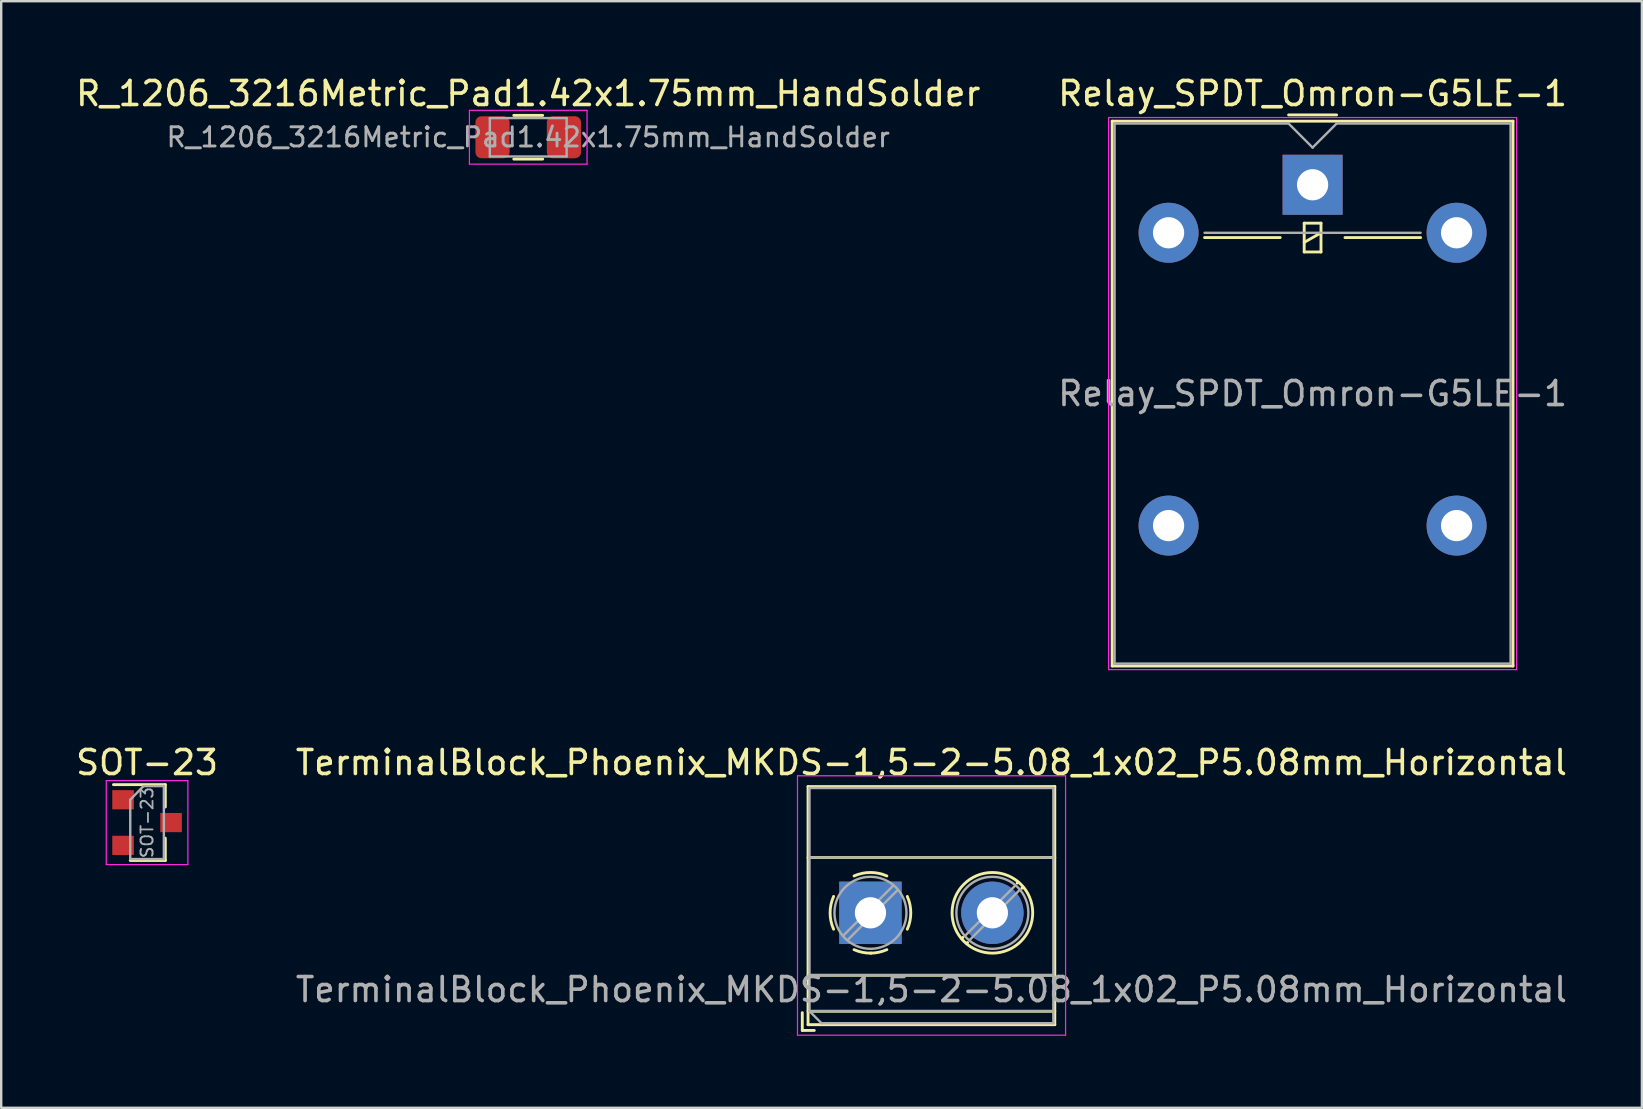
<source format=kicad_pcb>
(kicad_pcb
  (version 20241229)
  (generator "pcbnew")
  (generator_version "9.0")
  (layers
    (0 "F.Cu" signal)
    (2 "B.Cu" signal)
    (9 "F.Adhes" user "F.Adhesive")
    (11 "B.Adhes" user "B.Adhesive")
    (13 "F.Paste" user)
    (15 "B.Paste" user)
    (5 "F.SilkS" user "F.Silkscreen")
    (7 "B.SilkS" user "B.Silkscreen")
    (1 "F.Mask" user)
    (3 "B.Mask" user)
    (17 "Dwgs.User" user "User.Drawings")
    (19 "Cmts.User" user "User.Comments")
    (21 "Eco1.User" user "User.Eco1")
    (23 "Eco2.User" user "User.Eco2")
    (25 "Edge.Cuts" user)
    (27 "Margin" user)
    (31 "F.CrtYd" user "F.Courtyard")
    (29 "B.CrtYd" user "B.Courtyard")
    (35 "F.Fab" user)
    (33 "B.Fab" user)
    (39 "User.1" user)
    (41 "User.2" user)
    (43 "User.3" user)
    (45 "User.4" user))
  (footprint "R_1206_3216Metric_Pad1.42x1.75mm_HandSolder"
    (layer "F.Cu")
    (at 18.958 2.668)
    (property "Reference" "R_1206_3216Metric_Pad1.42x1.75mm_HandSolder" (at 0 -1.82 0) (layer "F.SilkS") (effects (font (size 1 1) (thickness 0.15))))
    (attr smd)
    (fp_line (start -0.602 -0.91) (end 0.602 -0.91) (stroke (width 0.12) (type solid)) (layer "F.SilkS"))
    (fp_line (start -0.602 0.91) (end 0.602 0.91) (stroke (width 0.12) (type solid)) (layer "F.SilkS"))
    (fp_line (start -2.45 -1.12) (end 2.45 -1.12) (stroke (width 0.05) (type solid)) (layer "F.CrtYd"))
    (fp_line (start -2.45 1.12) (end -2.45 -1.12) (stroke (width 0.05) (type solid)) (layer "F.CrtYd"))
    (fp_line (start 2.45 -1.12) (end 2.45 1.12) (stroke (width 0.05) (type solid)) (layer "F.CrtYd"))
    (fp_line (start 2.45 1.12) (end -2.45 1.12) (stroke (width 0.05) (type solid)) (layer "F.CrtYd"))
    (fp_line (start -1.6 -0.8) (end 1.6 -0.8) (stroke (width 0.1) (type solid)) (layer "F.Fab"))
    (fp_line (start -1.6 0.8) (end -1.6 -0.8) (stroke (width 0.1) (type solid)) (layer "F.Fab"))
    (fp_line (start 1.6 -0.8) (end 1.6 0.8) (stroke (width 0.1) (type solid)) (layer "F.Fab"))
    (fp_line (start 1.6 0.8) (end -1.6 0.8) (stroke (width 0.1) (type solid)) (layer "F.Fab"))
    (fp_text user "${REFERENCE}" (at 0 0 0) (layer "F.Fab") (effects (font (size 0.8 0.8) (thickness 0.12))))
    (pad "1" smd roundrect (at -1.488 0) (size 1.425 1.75) (layers "F.Cu" "F.Mask" "F.Paste") (roundrect_rratio 0.175))
    (pad "2" smd roundrect (at 1.488 0) (size 1.425 1.75) (layers "F.Cu" "F.Mask" "F.Paste") (roundrect_rratio 0.175)))
  (footprint "TerminalBlock_Phoenix_MKDS-1,5-2-5.08_1x02_P5.08mm_Horizontal"
    (layer "F.Cu")
    (at 33.216 34.981)
    (property "Reference" "TerminalBlock_Phoenix_MKDS-1,5-2-5.08_1x02_P5.08mm_Horizontal" (at 2.54 -6.26 0) (layer "F.SilkS") (effects (font (size 1 1) (thickness 0.15))))
    (attr through_hole)
    (fp_line (start -2.84 4.16) (end -2.84 4.9) (stroke (width 0.12) (type solid)) (layer "F.SilkS"))
    (fp_line (start -2.84 4.9) (end -2.34 4.9) (stroke (width 0.12) (type solid)) (layer "F.SilkS"))
    (fp_line (start -2.6 -5.261) (end -2.6 4.66) (stroke (width 0.12) (type solid)) (layer "F.SilkS"))
    (fp_line (start -2.6 -5.261) (end 7.68 -5.261) (stroke (width 0.12) (type solid)) (layer "F.SilkS"))
    (fp_line (start -2.6 -2.301) (end 7.68 -2.301) (stroke (width 0.12) (type solid)) (layer "F.SilkS"))
    (fp_line (start -2.6 2.6) (end 7.68 2.6) (stroke (width 0.12) (type solid)) (layer "F.SilkS"))
    (fp_line (start -2.6 4.1) (end 7.68 4.1) (stroke (width 0.12) (type solid)) (layer "F.SilkS"))
    (fp_line (start -2.6 4.66) (end 7.68 4.66) (stroke (width 0.12) (type solid)) (layer "F.SilkS"))
    (fp_line (start 3.853 1.023) (end 3.806 1.069) (stroke (width 0.12) (type solid)) (layer "F.SilkS"))
    (fp_line (start 4.046 1.239) (end 4.011 1.274) (stroke (width 0.12) (type solid)) (layer "F.SilkS"))
    (fp_line (start 6.15 -1.275) (end 6.115 -1.239) (stroke (width 0.12) (type solid)) (layer "F.SilkS"))
    (fp_line (start 6.355 -1.069) (end 6.308 -1.023) (stroke (width 0.12) (type solid)) (layer "F.SilkS"))
    (fp_line (start 7.68 -5.261) (end 7.68 4.66) (stroke (width 0.12) (type solid)) (layer "F.SilkS"))
    (fp_arc (start -1.535427 0.683042) (mid -1.680501 -0.000524) (end -1.535 -0.684) (stroke (width 0.12) (type solid)) (layer "F.SilkS"))
    (fp_arc (start -0.683042 -1.535427) (mid 0.000524 -1.680501) (end 0.684 -1.535) (stroke (width 0.12) (type solid)) (layer "F.SilkS"))
    (fp_arc (start 0.028805 1.680253) (mid -0.335551 1.646659) (end -0.684 1.535) (stroke (width 0.12) (type solid)) (layer "F.SilkS"))
    (fp_arc (start 0.683318 1.534756) (mid 0.349292 1.643288) (end 0 1.68) (stroke (width 0.12) (type solid)) (layer "F.SilkS"))
    (fp_arc (start 1.535427 -0.683042) (mid 1.680501 0.000524) (end 1.535 0.684) (stroke (width 0.12) (type solid)) (layer "F.SilkS"))
    (fp_circle (center 5.08 0) (end 6.76 0) (stroke (width 0.12) (type solid)) (fill no) (layer "F.SilkS"))
    (fp_line (start -3.04 -5.71) (end -3.04 5.1) (stroke (width 0.05) (type solid)) (layer "F.CrtYd"))
    (fp_line (start -3.04 5.1) (end 8.13 5.1) (stroke (width 0.05) (type solid)) (layer "F.CrtYd"))
    (fp_line (start 8.13 -5.71) (end -3.04 -5.71) (stroke (width 0.05) (type solid)) (layer "F.CrtYd"))
    (fp_line (start 8.13 5.1) (end 8.13 -5.71) (stroke (width 0.05) (type solid)) (layer "F.CrtYd"))
    (fp_line (start -2.54 -5.2) (end 7.62 -5.2) (stroke (width 0.1) (type solid)) (layer "F.Fab"))
    (fp_line (start -2.54 -2.3) (end 7.62 -2.3) (stroke (width 0.1) (type solid)) (layer "F.Fab"))
    (fp_line (start -2.54 2.6) (end 7.62 2.6) (stroke (width 0.1) (type solid)) (layer "F.Fab"))
    (fp_line (start -2.54 4.1) (end -2.54 -5.2) (stroke (width 0.1) (type solid)) (layer "F.Fab"))
    (fp_line (start -2.54 4.1) (end 7.62 4.1) (stroke (width 0.1) (type solid)) (layer "F.Fab"))
    (fp_line (start -2.04 4.6) (end -2.54 4.1) (stroke (width 0.1) (type solid)) (layer "F.Fab"))
    (fp_line (start 0.955 -1.138) (end -1.138 0.955) (stroke (width 0.1) (type solid)) (layer "F.Fab"))
    (fp_line (start 1.138 -0.955) (end -0.955 1.138) (stroke (width 0.1) (type solid)) (layer "F.Fab"))
    (fp_line (start 6.035 -1.138) (end 3.943 0.955) (stroke (width 0.1) (type solid)) (layer "F.Fab"))
    (fp_line (start 6.218 -0.955) (end 4.126 1.138) (stroke (width 0.1) (type solid)) (layer "F.Fab"))
    (fp_line (start 7.62 -5.2) (end 7.62 4.6) (stroke (width 0.1) (type solid)) (layer "F.Fab"))
    (fp_line (start 7.62 4.6) (end -2.04 4.6) (stroke (width 0.1) (type solid)) (layer "F.Fab"))
    (fp_circle (center 0 0) (end 1.5 0) (stroke (width 0.1) (type solid)) (fill no) (layer "F.Fab"))
    (fp_circle (center 5.08 0) (end 6.58 0) (stroke (width 0.1) (type solid)) (fill no) (layer "F.Fab"))
    (fp_text user "${REFERENCE}" (at 2.54 3.2 0) (layer "F.Fab") (effects (font (size 1 1) (thickness 0.15))))
    (pad "1" thru_hole rect (at 0 0) (size 2.6 2.6) (drill 1.3) (layers "*.Cu" "*.Mask"))
    (pad "2" thru_hole circle (at 5.08 0) (size 2.6 2.6) (drill 1.3) (layers "*.Cu" "*.Mask")))
  (footprint "Relay_SPDT_Omron-G5LE-1"
    (layer "F.Cu")
    (at 51.637 4.648)
    (property "Reference" "Relay_SPDT_Omron-G5LE-1" (at 0 -3.8 0) (layer "F.SilkS") (effects (font (size 1 1) (thickness 0.15))))
    (attr through_hole)
    (fp_line (start -8.35 -2.65) (end -8.35 20.05) (stroke (width 0.12) (type solid)) (layer "F.SilkS"))
    (fp_line (start -8.35 20.05) (end 8.35 20.05) (stroke (width 0.12) (type solid)) (layer "F.SilkS"))
    (fp_line (start -4.5 2.2) (end -1.35 2.2) (stroke (width 0.12) (type solid)) (layer "F.SilkS"))
    (fp_line (start -1 -2.91) (end 1 -2.91) (stroke (width 0.12) (type solid)) (layer "F.SilkS"))
    (fp_line (start -0.35 1.6) (end -0.35 2.8) (stroke (width 0.12) (type solid)) (layer "F.SilkS"))
    (fp_line (start -0.35 2.4) (end 0.35 2) (stroke (width 0.12) (type solid)) (layer "F.SilkS"))
    (fp_line (start -0.35 2.8) (end 0.35 2.8) (stroke (width 0.12) (type solid)) (layer "F.SilkS"))
    (fp_line (start 0.35 1.6) (end -0.35 1.6) (stroke (width 0.12) (type solid)) (layer "F.SilkS"))
    (fp_line (start 0.35 2.8) (end 0.35 1.6) (stroke (width 0.12) (type solid)) (layer "F.SilkS"))
    (fp_line (start 1.35 2.2) (end 4.5 2.2) (stroke (width 0.12) (type solid)) (layer "F.SilkS"))
    (fp_line (start 8.35 -2.65) (end -8.35 -2.65) (stroke (width 0.12) (type solid)) (layer "F.SilkS"))
    (fp_line (start 8.35 20.05) (end 8.35 -2.65) (stroke (width 0.12) (type solid)) (layer "F.SilkS"))
    (fp_line (start -8.5 -2.8) (end -8.5 20.2) (stroke (width 0.05) (type solid)) (layer "F.CrtYd"))
    (fp_line (start -8.5 20.2) (end 8.5 20.2) (stroke (width 0.05) (type solid)) (layer "F.CrtYd"))
    (fp_line (start 8.5 -2.8) (end -8.5 -2.8) (stroke (width 0.05) (type solid)) (layer "F.CrtYd"))
    (fp_line (start 8.5 20.2) (end 8.5 -2.8) (stroke (width 0.05) (type solid)) (layer "F.CrtYd"))
    (fp_line (start -8.25 -2.55) (end -1 -2.55) (stroke (width 0.1) (type solid)) (layer "F.Fab"))
    (fp_line (start -8.25 19.95) (end -8.25 -2.55) (stroke (width 0.1) (type solid)) (layer "F.Fab"))
    (fp_line (start -4.5 2) (end 4.5 2) (stroke (width 0.1) (type solid)) (layer "F.Fab"))
    (fp_line (start -1 -2.55) (end 0 -1.55) (stroke (width 0.1) (type solid)) (layer "F.Fab"))
    (fp_line (start 0 -1.55) (end 1 -2.55) (stroke (width 0.1) (type solid)) (layer "F.Fab"))
    (fp_line (start 1 -2.55) (end 8.25 -2.55) (stroke (width 0.1) (type solid)) (layer "F.Fab"))
    (fp_line (start 8.25 -2.55) (end 8.25 19.95) (stroke (width 0.1) (type solid)) (layer "F.Fab"))
    (fp_line (start 8.25 19.95) (end -8.25 19.95) (stroke (width 0.1) (type solid)) (layer "F.Fab"))
    (fp_text user "${REFERENCE}" (at 0 8.7 0) (layer "F.Fab") (effects (font (size 1 1) (thickness 0.15))))
    (pad "1" thru_hole rect (at 0 0) (size 2.5 2.5) (drill 1.3) (layers "*.Cu" "*.Mask"))
    (pad "2" thru_hole oval (at -6 2) (size 2.5 2.5) (drill 1.3) (layers "*.Cu" "*.Mask"))
    (pad "3" thru_hole oval (at -6 14.2) (size 2.5 2.5) (drill 1.3) (layers "*.Cu" "*.Mask"))
    (pad "4" thru_hole oval (at 6 14.2) (size 2.5 2.5) (drill 1.3) (layers "*.Cu" "*.Mask"))
    (pad "5" thru_hole oval (at 6 2) (size 2.5 2.5) (drill 1.3) (layers "*.Cu" "*.Mask")))
  (footprint "SOT-23"
    (layer "F.Cu")
    (at 3.077 31.221)
    (property "Reference" "SOT-23" (at 0 -2.5 0) (layer "F.SilkS") (effects (font (size 1 1) (thickness 0.15))))
    (attr smd)
    (fp_line (start 0.76 -1.58) (end -1.4 -1.58) (stroke (width 0.12) (type solid)) (layer "F.SilkS"))
    (fp_line (start 0.76 -1.58) (end 0.76 -0.65) (stroke (width 0.12) (type solid)) (layer "F.SilkS"))
    (fp_line (start 0.76 1.58) (end -0.7 1.58) (stroke (width 0.12) (type solid)) (layer "F.SilkS"))
    (fp_line (start 0.76 1.58) (end 0.76 0.65) (stroke (width 0.12) (type solid)) (layer "F.SilkS"))
    (fp_line (start -1.7 -1.75) (end 1.7 -1.75) (stroke (width 0.05) (type solid)) (layer "F.CrtYd"))
    (fp_line (start -1.7 1.75) (end -1.7 -1.75) (stroke (width 0.05) (type solid)) (layer "F.CrtYd"))
    (fp_line (start 1.7 -1.75) (end 1.7 1.75) (stroke (width 0.05) (type solid)) (layer "F.CrtYd"))
    (fp_line (start 1.7 1.75) (end -1.7 1.75) (stroke (width 0.05) (type solid)) (layer "F.CrtYd"))
    (fp_line (start -0.7 -0.95) (end -0.7 1.5) (stroke (width 0.1) (type solid)) (layer "F.Fab"))
    (fp_line (start -0.7 -0.95) (end -0.15 -1.52) (stroke (width 0.1) (type solid)) (layer "F.Fab"))
    (fp_line (start -0.7 1.52) (end 0.7 1.52) (stroke (width 0.1) (type solid)) (layer "F.Fab"))
    (fp_line (start -0.15 -1.52) (end 0.7 -1.52) (stroke (width 0.1) (type solid)) (layer "F.Fab"))
    (fp_line (start 0.7 -1.52) (end 0.7 1.52) (stroke (width 0.1) (type solid)) (layer "F.Fab"))
    (fp_text user "${REFERENCE}" (at 0 0 90) (layer "F.Fab") (effects (font (size 0.5 0.5) (thickness 0.075))))
    (pad "1" smd rect (at -1 -0.95) (size 0.9 0.8) (layers "F.Cu" "F.Mask" "F.Paste"))
    (pad "2" smd rect (at -1 0.95) (size 0.9 0.8) (layers "F.Cu" "F.Mask" "F.Paste"))
    (pad "3" smd rect (at 1 0) (size 0.9 0.8) (layers "F.Cu" "F.Mask" "F.Paste")))
  (gr_rect
    (start -3 -3)
    (end 65.357 43.106)
    (stroke (width 0.1) (type default))
    (fill no)
    (layer "Edge.Cuts")))
</source>
